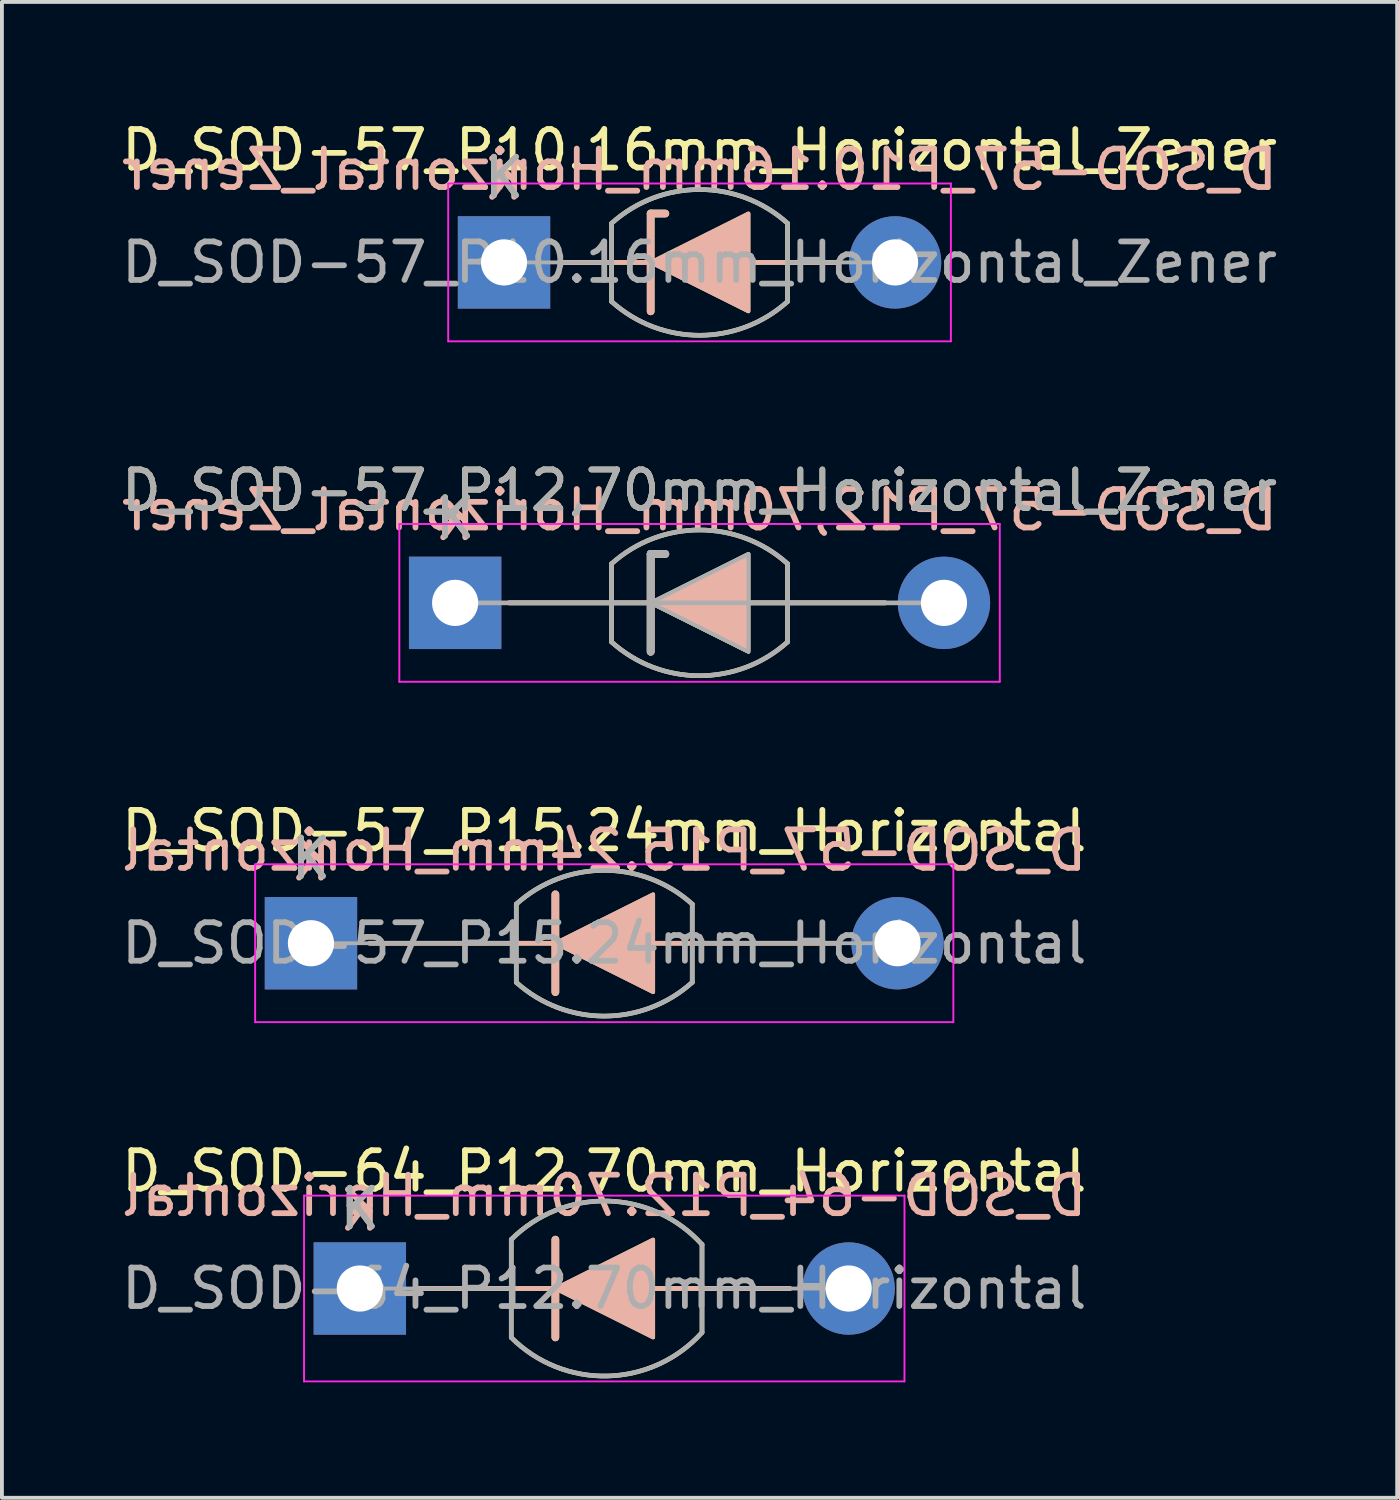
<source format=kicad_pcb>
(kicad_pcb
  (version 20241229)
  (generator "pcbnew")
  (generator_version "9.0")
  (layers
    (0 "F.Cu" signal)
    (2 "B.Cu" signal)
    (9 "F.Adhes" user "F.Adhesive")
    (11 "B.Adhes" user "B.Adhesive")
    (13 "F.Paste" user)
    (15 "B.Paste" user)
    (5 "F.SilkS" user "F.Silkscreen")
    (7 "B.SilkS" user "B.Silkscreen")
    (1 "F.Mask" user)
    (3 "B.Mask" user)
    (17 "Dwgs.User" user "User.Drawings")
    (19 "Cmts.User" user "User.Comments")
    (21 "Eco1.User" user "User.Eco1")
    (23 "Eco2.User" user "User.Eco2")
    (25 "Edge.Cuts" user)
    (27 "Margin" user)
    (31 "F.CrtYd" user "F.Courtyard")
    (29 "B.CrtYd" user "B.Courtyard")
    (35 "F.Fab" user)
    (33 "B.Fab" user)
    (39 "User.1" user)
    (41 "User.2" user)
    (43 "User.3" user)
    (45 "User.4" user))
  (footprint "D_SOD-64_P12.70mm_Horizontal"
    (layer "F.Cu")
    (at 6.299 30.427)
    (property "Reference" "D_SOD-64_P12.70mm_Horizontal" (at 6.35 -3.048 0) (layer "F.SilkS") (effects (font (size 1 1) (thickness 0.15))))
    (fp_line (start 1.524 0) (end 11.176 0) (stroke (width 0.12) (type solid)) (layer "F.SilkS"))
    (fp_line (start 3.934 1.27) (end 3.934 -1.273) (stroke (width 0.12) (type solid)) (layer "F.SilkS"))
    (fp_line (start 5.08 1.27) (end 5.08 -1.27) (stroke (width 0.2) (type solid)) (layer "F.SilkS"))
    (fp_line (start 8.89 -1.143) (end 8.89 1.143) (stroke (width 0.12) (type solid)) (layer "F.SilkS"))
    (fp_arc (start 3.93366 -1.27334) (mid 6.439833 -2.273039) (end 8.889998 -1.143) (stroke (width 0.12) (type solid)) (layer "F.SilkS"))
    (fp_arc (start 8.89 1.143) (mid 6.440216 2.273029) (end 3.934202 1.273879) (stroke (width 0.12) (type solid)) (layer "F.SilkS"))
    (fp_poly (pts (xy 7.62 1.27) (xy 5.08 0) (xy 7.62 -1.27)) (stroke (width 0.1) (type solid)) (fill yes) (layer "F.SilkS"))
    (fp_line (start 1.524 0) (end 11.176 0) (stroke (width 0.12) (type solid)) (layer "B.SilkS"))
    (fp_line (start 5.08 -1.27) (end 5.08 1.27) (stroke (width 0.2) (type solid)) (layer "B.SilkS"))
    (fp_poly (pts (xy 7.62 -1.27) (xy 5.08 0) (xy 7.62 1.27)) (stroke (width 0.1) (type solid)) (fill yes) (layer "B.SilkS"))
    (fp_line (start -1.45 -2.413) (end -1.45 2.413) (stroke (width 0.05) (type solid)) (layer "F.CrtYd"))
    (fp_line (start -1.45 2.413) (end 14.15 2.413) (stroke (width 0.05) (type solid)) (layer "F.CrtYd"))
    (fp_line (start 14.15 -2.413) (end -1.45 -2.413) (stroke (width 0.05) (type solid)) (layer "F.CrtYd"))
    (fp_line (start 14.15 2.413) (end 14.15 -2.413) (stroke (width 0.05) (type solid)) (layer "F.CrtYd"))
    (fp_line (start 0 0) (end 3.934 0.000269) (stroke (width 0.1) (type solid)) (layer "F.Fab"))
    (fp_line (start 3.934 1.274) (end 3.934 -1.273) (stroke (width 0.12) (type solid)) (layer "F.Fab"))
    (fp_line (start 8.89 -1.143) (end 8.89 1.143) (stroke (width 0.12) (type solid)) (layer "F.Fab"))
    (fp_line (start 12.7 0) (end 8.89 0) (stroke (width 0.1) (type solid)) (layer "F.Fab"))
    (fp_arc (start 3.9342 -1.273879) (mid 6.440214 -2.273029) (end 8.889998 -1.143) (stroke (width 0.12) (type solid)) (layer "F.Fab"))
    (fp_arc (start 8.89 1.143) (mid 6.440216 2.273029) (end 3.934202 1.273879) (stroke (width 0.12) (type solid)) (layer "F.Fab"))
    (fp_text user "K" (at 0 -2.073 0) (layer "F.SilkS") (effects (font (size 1 1) (thickness 0.15))))
    (fp_text user "K" (at 0 -2.032 0) (layer "B.SilkS") (effects (font (size 1 1) (thickness 0.15)) (justify mirror)))
    (fp_text user "${REFERENCE}" (at 6.35 -2.413 0) (layer "B.SilkS") (effects (font (size 1 1) (thickness 0.15)) (justify mirror)))
    (fp_text user "${REFERENCE}" (at 6.35 0 0) (layer "F.Fab") (effects (font (size 1 1) (thickness 0.15))))
    (fp_text user "K" (at 0 -2.073 0) (layer "F.Fab") (effects (font (size 1 1) (thickness 0.15))))
    (pad "1" thru_hole rect (at 0 0) (size 2.4 2.4) (drill 1.2) (layers "*.Cu" "*.Mask"))
    (pad "2" thru_hole oval (at 12.7 0) (size 2.4 2.4) (drill 1.2) (layers "*.Cu" "*.Mask")))
  (footprint "D_SOD-57_P12,70mm_Horizontal_Zener"
    (layer "F.Cu")
    (at 8.775 12.613)
    (property "Reference" "D_SOD-57_P12,70mm_Horizontal_Zener" (at 6.35 -2.92 0) (layer "F.SilkS") (effects (font (size 1 1) (thickness 0.15))))
    (fp_line (start 1.397 0) (end 11.176 0) (stroke (width 0.12) (type solid)) (layer "F.SilkS"))
    (fp_line (start 4.064 -1.016) (end 4.064 1.016) (stroke (width 0.12) (type solid)) (layer "F.SilkS"))
    (fp_line (start 5.08 -1.27) (end 5.461 -1.27) (stroke (width 0.2) (type solid)) (layer "F.SilkS"))
    (fp_line (start 5.08 1.27) (end 5.08 -1.27) (stroke (width 0.2) (type solid)) (layer "F.SilkS"))
    (fp_line (start 8.636 -1.016) (end 8.636 1.016) (stroke (width 0.12) (type solid)) (layer "F.SilkS"))
    (fp_arc (start 4.064 -1.016) (mid 6.349999 -1.89322) (end 8.635998 -1.016) (stroke (width 0.12) (type solid)) (layer "F.SilkS"))
    (fp_arc (start 8.636 1.016) (mid 6.350001 1.89322) (end 4.064002 1.016) (stroke (width 0.12) (type solid)) (layer "F.SilkS"))
    (fp_poly (pts (xy 7.62 1.27) (xy 5.08 0) (xy 7.62 -1.27)) (stroke (width 0.1) (type solid)) (fill yes) (layer "F.SilkS"))
    (fp_line (start 1.397 0) (end 11.176 0) (stroke (width 0.12) (type solid)) (layer "B.SilkS"))
    (fp_line (start 5.08 -1.27) (end 5.08 1.27) (stroke (width 0.2) (type solid)) (layer "B.SilkS"))
    (fp_line (start 5.08 -1.27) (end 5.461 -1.27) (stroke (width 0.2) (type solid)) (layer "B.SilkS"))
    (fp_poly (pts (xy 7.62 -1.27) (xy 5.08 0) (xy 7.62 1.27)) (stroke (width 0.1) (type solid)) (fill yes) (layer "B.SilkS"))
    (fp_line (start -1.45 -2.05) (end -1.45 2.05) (stroke (width 0.05) (type solid)) (layer "F.CrtYd"))
    (fp_line (start -1.45 2.05) (end 14.15 2.05) (stroke (width 0.05) (type solid)) (layer "F.CrtYd"))
    (fp_line (start 14.15 -2.05) (end -1.45 -2.05) (stroke (width 0.05) (type solid)) (layer "F.CrtYd"))
    (fp_line (start 14.15 2.05) (end 14.15 -2.05) (stroke (width 0.05) (type solid)) (layer "F.CrtYd"))
    (fp_line (start 0 0) (end 12.7 0) (stroke (width 0.12) (type solid)) (layer "F.Fab"))
    (fp_line (start 4.064 -1.016) (end 4.064 1.016) (stroke (width 0.12) (type solid)) (layer "F.Fab"))
    (fp_line (start 5.08 -1.27) (end 5.461 -1.27) (stroke (width 0.2) (type solid)) (layer "F.Fab"))
    (fp_line (start 5.08 1.27) (end 5.08 -1.27) (stroke (width 0.2) (type solid)) (layer "F.Fab"))
    (fp_line (start 8.636 -1.016) (end 8.636 1.016) (stroke (width 0.12) (type solid)) (layer "F.Fab"))
    (fp_arc (start 4.064 -1.016) (mid 6.35037 -1.894241) (end 8.637132 -1.017021) (stroke (width 0.12) (type solid)) (layer "F.Fab"))
    (fp_arc (start 8.637134 1.014979) (mid 6.350764 1.89322) (end 4.064002 1.016) (stroke (width 0.12) (type solid)) (layer "F.Fab"))
    (fp_poly (pts (xy 7.62 1.27) (xy 5.08 0) (xy 7.62 -1.27)) (stroke (width 0.1) (type solid)) (fill no) (layer "F.Fab"))
    (fp_text user "K" (at 0 -2.2 0) (layer "F.SilkS") (effects (font (size 1 1) (thickness 0.15))))
    (fp_text user "K" (at 0 -2.159 0) (layer "B.SilkS") (effects (font (size 1 1) (thickness 0.15)) (justify mirror)))
    (fp_text user "${REFERENCE}" (at 6.35 -2.413 0) (layer "B.SilkS") (effects (font (size 1 1) (thickness 0.15)) (justify mirror)))
    (fp_text user "${REFERENCE}" (at 6.35 -2.921 0) (layer "F.Fab") (effects (font (size 1 1) (thickness 0.15))))
    (fp_text user "K" (at 0 -2.2 0) (layer "F.Fab") (effects (font (size 1 1) (thickness 0.15))))
    (pad "1" thru_hole rect (at 0 0) (size 2.4 2.4) (drill 1.2) (layers "*.Cu" "*.Mask"))
    (pad "2" thru_hole oval (at 12.7 0) (size 2.4 2.4) (drill 1.2) (layers "*.Cu" "*.Mask")))
  (footprint "D_SOD-57_P10.16mm_Horizontal_Zener"
    (layer "F.Cu")
    (at 10.045 3.768)
    (property "Reference" "D_SOD-57_P10.16mm_Horizontal_Zener" (at 5.08 -2.92 0) (layer "F.SilkS") (effects (font (size 1 1) (thickness 0.15))))
    (fp_line (start 1.524 0) (end 8.636 0) (stroke (width 0.12) (type solid)) (layer "F.SilkS"))
    (fp_line (start 2.794 -1.016) (end 2.794 1.016) (stroke (width 0.12) (type solid)) (layer "F.SilkS"))
    (fp_line (start 3.81 -1.27) (end 4.191 -1.27) (stroke (width 0.2) (type solid)) (layer "F.SilkS"))
    (fp_line (start 3.81 1.27) (end 3.81 -1.27) (stroke (width 0.2) (type solid)) (layer "F.SilkS"))
    (fp_line (start 7.366 -1.016) (end 7.366 1.016) (stroke (width 0.12) (type solid)) (layer "F.SilkS"))
    (fp_arc (start 2.794 -1.016) (mid 5.079999 -1.89322) (end 7.365998 -1.016) (stroke (width 0.12) (type solid)) (layer "F.SilkS"))
    (fp_arc (start 7.366 1.016) (mid 5.080001 1.89322) (end 2.794002 1.016) (stroke (width 0.12) (type solid)) (layer "F.SilkS"))
    (fp_poly (pts (xy 6.35 1.27) (xy 3.81 0) (xy 6.35 -1.27)) (stroke (width 0.1) (type solid)) (fill yes) (layer "F.SilkS"))
    (fp_line (start 1.524 0) (end 8.636 0) (stroke (width 0.12) (type solid)) (layer "B.SilkS"))
    (fp_line (start 3.81 -1.27) (end 3.81 1.27) (stroke (width 0.2) (type solid)) (layer "B.SilkS"))
    (fp_line (start 3.81 -1.27) (end 4.191 -1.27) (stroke (width 0.2) (type solid)) (layer "B.SilkS"))
    (fp_poly (pts (xy 6.35 -1.27) (xy 3.81 0) (xy 6.35 1.27)) (stroke (width 0.1) (type solid)) (fill yes) (layer "B.SilkS"))
    (fp_line (start -1.45 -2.05) (end -1.45 2.05) (stroke (width 0.05) (type solid)) (layer "F.CrtYd"))
    (fp_line (start -1.45 2.05) (end 11.61 2.05) (stroke (width 0.05) (type solid)) (layer "F.CrtYd"))
    (fp_line (start 11.61 -2.05) (end -1.45 -2.05) (stroke (width 0.05) (type solid)) (layer "F.CrtYd"))
    (fp_line (start 11.61 2.05) (end 11.61 -2.05) (stroke (width 0.05) (type solid)) (layer "F.CrtYd"))
    (fp_line (start 0 0) (end 2.794 0) (stroke (width 0.1) (type solid)) (layer "F.Fab"))
    (fp_line (start 2.794 -1.016) (end 2.794 1.016) (stroke (width 0.12) (type solid)) (layer "F.Fab"))
    (fp_line (start 7.366 -1.016) (end 7.366 1.016) (stroke (width 0.12) (type solid)) (layer "F.Fab"))
    (fp_line (start 10.16 0) (end 7.366 0) (stroke (width 0.1) (type solid)) (layer "F.Fab"))
    (fp_arc (start 2.794 -1.016) (mid 5.08037 -1.894241) (end 7.367132 -1.017021) (stroke (width 0.12) (type solid)) (layer "F.Fab"))
    (fp_arc (start 7.367134 1.014979) (mid 5.080764 1.89322) (end 2.794002 1.016) (stroke (width 0.12) (type solid)) (layer "F.Fab"))
    (fp_text user "K" (at 0 -2.2 0) (layer "F.SilkS") (effects (font (size 1 1) (thickness 0.15))))
    (fp_text user "K" (at 0 -2.159 0) (layer "B.SilkS") (effects (font (size 1 1) (thickness 0.15)) (justify mirror)))
    (fp_text user "${REFERENCE}" (at 5.08 -2.413 0) (layer "B.SilkS") (effects (font (size 1 1) (thickness 0.15)) (justify mirror)))
    (fp_text user "K" (at 0 -2.2 0) (layer "F.Fab") (effects (font (size 1 1) (thickness 0.15))))
    (fp_text user "${REFERENCE}" (at 5.08 0 0) (layer "F.Fab") (effects (font (size 1 1) (thickness 0.15))))
    (pad "1" thru_hole rect (at 0 0) (size 2.4 2.4) (drill 1.2) (layers "*.Cu" "*.Mask"))
    (pad "2" thru_hole oval (at 10.16 0) (size 2.4 2.4) (drill 1.2) (layers "*.Cu" "*.Mask")))
  (footprint "D_SOD-57_P15.24mm_Horizontal"
    (layer "F.Cu")
    (at 5.029 21.456)
    (property "Reference" "D_SOD-57_P15.24mm_Horizontal" (at 7.62 -2.92 0) (layer "F.SilkS") (effects (font (size 1 1) (thickness 0.15))))
    (fp_line (start 1.524 0) (end 13.716 0) (stroke (width 0.12) (type solid)) (layer "F.SilkS"))
    (fp_line (start 5.334 -1.016) (end 5.334 1.016) (stroke (width 0.12) (type solid)) (layer "F.SilkS"))
    (fp_line (start 6.35 1.27) (end 6.35 -1.27) (stroke (width 0.2) (type solid)) (layer "F.SilkS"))
    (fp_line (start 9.906 -1.016) (end 9.906 1.016) (stroke (width 0.12) (type solid)) (layer "F.SilkS"))
    (fp_arc (start 5.334 -1.016) (mid 7.619999 -1.89322) (end 9.905998 -1.016) (stroke (width 0.12) (type solid)) (layer "F.SilkS"))
    (fp_arc (start 9.906 1.016) (mid 7.620001 1.89322) (end 5.334002 1.016) (stroke (width 0.12) (type solid)) (layer "F.SilkS"))
    (fp_poly (pts (xy 8.89 1.27) (xy 6.35 0) (xy 8.89 -1.27)) (stroke (width 0.1) (type solid)) (fill yes) (layer "F.SilkS"))
    (fp_line (start 1.524 0) (end 13.716 0) (stroke (width 0.12) (type solid)) (layer "B.SilkS"))
    (fp_line (start 6.35 -1.27) (end 6.35 1.27) (stroke (width 0.2) (type solid)) (layer "B.SilkS"))
    (fp_poly (pts (xy 8.89 -1.27) (xy 6.35 0) (xy 8.89 1.27)) (stroke (width 0.1) (type solid)) (fill yes) (layer "B.SilkS"))
    (fp_line (start -1.45 -2.05) (end -1.45 2.05) (stroke (width 0.05) (type solid)) (layer "F.CrtYd"))
    (fp_line (start -1.45 2.05) (end 16.69 2.05) (stroke (width 0.05) (type solid)) (layer "F.CrtYd"))
    (fp_line (start 16.69 -2.05) (end -1.45 -2.05) (stroke (width 0.05) (type solid)) (layer "F.CrtYd"))
    (fp_line (start 16.69 2.05) (end 16.69 -2.05) (stroke (width 0.05) (type solid)) (layer "F.CrtYd"))
    (fp_line (start 0 0) (end 5.334 0) (stroke (width 0.1) (type solid)) (layer "F.Fab"))
    (fp_line (start 5.334 -1.016) (end 5.334 1.016) (stroke (width 0.12) (type solid)) (layer "F.Fab"))
    (fp_line (start 9.906 -1.016) (end 9.906 1.016) (stroke (width 0.12) (type solid)) (layer "F.Fab"))
    (fp_line (start 15.24 0) (end 9.906 0) (stroke (width 0.1) (type solid)) (layer "F.Fab"))
    (fp_arc (start 5.334 -1.016) (mid 7.62037 -1.894241) (end 9.907132 -1.017021) (stroke (width 0.12) (type solid)) (layer "F.Fab"))
    (fp_arc (start 9.907134 1.014979) (mid 7.620764 1.89322) (end 5.334002 1.016) (stroke (width 0.12) (type solid)) (layer "F.Fab"))
    (fp_text user "K" (at 0 -2.2 0) (layer "F.SilkS") (effects (font (size 1 1) (thickness 0.15))))
    (fp_text user "${REFERENCE}" (at 7.62 -2.413 0) (layer "B.SilkS") (effects (font (size 1 1) (thickness 0.15)) (justify mirror)))
    (fp_text user "K" (at 0 -2.159 0) (layer "B.SilkS") (effects (font (size 1 1) (thickness 0.15)) (justify mirror)))
    (fp_text user "K" (at 0 -2.2 0) (layer "F.Fab") (effects (font (size 1 1) (thickness 0.15))))
    (fp_text user "${REFERENCE}" (at 7.62 0 0) (layer "F.Fab") (effects (font (size 1 1) (thickness 0.15))))
    (pad "1" thru_hole rect (at 0 0) (size 2.4 2.4) (drill 1.2) (layers "*.Cu" "*.Mask"))
    (pad "2" thru_hole oval (at 15.24 0) (size 2.4 2.4) (drill 1.2) (layers "*.Cu" "*.Mask")))
  (gr_rect
    (start -3 -3)
    (end 33.25 35.865)
    (stroke (width 0.1) (type default))
    (fill no)
    (layer "Edge.Cuts")))
</source>
